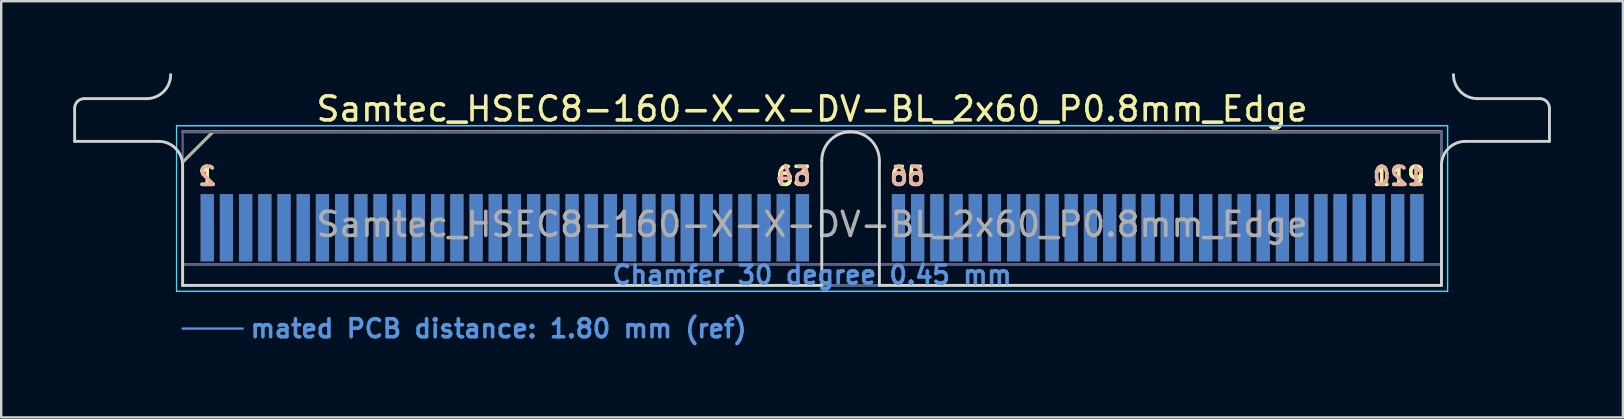
<source format=kicad_pcb>
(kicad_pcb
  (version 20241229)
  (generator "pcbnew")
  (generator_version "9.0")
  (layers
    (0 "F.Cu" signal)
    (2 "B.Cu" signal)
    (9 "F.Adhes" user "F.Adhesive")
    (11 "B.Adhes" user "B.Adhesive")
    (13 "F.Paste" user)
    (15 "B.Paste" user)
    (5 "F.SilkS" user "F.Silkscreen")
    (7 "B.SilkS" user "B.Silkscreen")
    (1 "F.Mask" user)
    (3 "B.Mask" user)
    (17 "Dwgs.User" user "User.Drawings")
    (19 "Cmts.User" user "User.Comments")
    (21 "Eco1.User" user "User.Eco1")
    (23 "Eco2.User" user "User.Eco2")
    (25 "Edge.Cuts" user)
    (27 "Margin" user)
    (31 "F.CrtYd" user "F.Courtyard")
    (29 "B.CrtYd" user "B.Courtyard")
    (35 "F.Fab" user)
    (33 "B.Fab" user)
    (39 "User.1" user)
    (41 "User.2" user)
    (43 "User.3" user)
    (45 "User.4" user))
  (footprint "Samtec_HSEC8-160-X-X-DV-BL_2x60_P0.8mm_Edge"
    (layer "F.Cu")
    (at 30.785 8.84)
    (property "Reference" "Samtec_HSEC8-160-X-X-DV-BL_2x60_P0.8mm_Edge" (at 0 -7.35 0) (layer "F.SilkS") (effects (font (size 1 1) (thickness 0.15))))
    (attr exclude_from_pos_files exclude_from_bom)
    (fp_line (start -26.225 -5.13) (end -24.955 -6.4) (stroke (width 0.12) (type solid)) (layer "F.SilkS"))
    (fp_line (start -24.955 -6.4) (end 26.225 -6.4) (stroke (width 0.12) (type solid)) (layer "F.SilkS"))
    (fp_line (start -26.225 -6.4) (end -26.225 -6.4) (stroke (width 0.12) (type solid)) (layer "B.SilkS"))
    (fp_line (start -26.225 -6.4) (end 26.225 -6.4) (stroke (width 0.12) (type solid)) (layer "B.SilkS"))
    (fp_line (start -26.225 1.8) (end -23.725 1.8) (stroke (width 0.1) (type solid)) (layer "Cmts.User"))
    (fp_line (start -30.725 -6) (end -30.725 -7.38) (stroke (width 0.12) (type solid)) (layer "Edge.Cuts"))
    (fp_line (start -30.325 -7.78) (end -27.725 -7.78) (stroke (width 0.12) (type solid)) (layer "Edge.Cuts"))
    (fp_line (start -27.225 -6) (end -30.725 -6) (stroke (width 0.12) (type solid)) (layer "Edge.Cuts"))
    (fp_line (start -26.225 -5) (end -26.225 0) (stroke (width 0.12) (type solid)) (layer "Edge.Cuts"))
    (fp_line (start -26.225 0) (end 0.405 0) (stroke (width 0.12) (type solid)) (layer "Edge.Cuts"))
    (fp_line (start 0.405 0) (end 0.405 -5.2) (stroke (width 0.12) (type solid)) (layer "Edge.Cuts"))
    (fp_line (start 2.805 -5.2) (end 2.805 0) (stroke (width 0.12) (type solid)) (layer "Edge.Cuts"))
    (fp_line (start 2.805 0) (end 26.225 0) (stroke (width 0.12) (type solid)) (layer "Edge.Cuts"))
    (fp_line (start 26.225 0) (end 26.225 -5) (stroke (width 0.12) (type solid)) (layer "Edge.Cuts"))
    (fp_line (start 27.225 -6) (end 30.725 -6) (stroke (width 0.12) (type solid)) (layer "Edge.Cuts"))
    (fp_line (start 30.325 -7.78) (end 27.725 -7.78) (stroke (width 0.12) (type solid)) (layer "Edge.Cuts"))
    (fp_line (start 30.725 -6) (end 30.725 -7.38) (stroke (width 0.12) (type solid)) (layer "Edge.Cuts"))
    (fp_arc (start -30.725 -7.38) (mid -30.607843 -7.662843) (end -30.325 -7.78) (stroke (width 0.12) (type solid)) (layer "Edge.Cuts"))
    (fp_arc (start -27.225 -6) (mid -26.517893 -5.707107) (end -26.225 -5) (stroke (width 0.12) (type solid)) (layer "Edge.Cuts"))
    (fp_arc (start -26.725 -8.78) (mid -27.017893 -8.072893) (end -27.725 -7.78) (stroke (width 0.12) (type solid)) (layer "Edge.Cuts"))
    (fp_arc (start 0.405 -5.2) (mid 1.605 -6.4) (end 2.805 -5.2) (stroke (width 0.12) (type solid)) (layer "Edge.Cuts"))
    (fp_arc (start 26.225 -5) (mid 26.517893 -5.707107) (end 27.225 -6) (stroke (width 0.12) (type solid)) (layer "Edge.Cuts"))
    (fp_arc (start 27.725 -7.78) (mid 27.017893 -8.072893) (end 26.725 -8.78) (stroke (width 0.12) (type solid)) (layer "Edge.Cuts"))
    (fp_arc (start 30.325 -7.78) (mid 30.607843 -7.662843) (end 30.725 -7.38) (stroke (width 0.12) (type solid)) (layer "Edge.Cuts"))
    (fp_line (start -26.48 -6.65) (end -26.48 0.25) (stroke (width 0.05) (type solid)) (layer "B.CrtYd"))
    (fp_line (start -26.48 0.25) (end 26.48 0.25) (stroke (width 0.05) (type solid)) (layer "B.CrtYd"))
    (fp_line (start 26.48 -6.65) (end -26.48 -6.65) (stroke (width 0.05) (type solid)) (layer "B.CrtYd"))
    (fp_line (start 26.48 0.25) (end 26.48 -6.65) (stroke (width 0.05) (type solid)) (layer "B.CrtYd"))
    (fp_line (start -26.48 -6.65) (end -26.48 0.25) (stroke (width 0.05) (type solid)) (layer "F.CrtYd"))
    (fp_line (start -26.48 0.25) (end 26.48 0.25) (stroke (width 0.05) (type solid)) (layer "F.CrtYd"))
    (fp_line (start 26.48 -6.65) (end -26.48 -6.65) (stroke (width 0.05) (type solid)) (layer "F.CrtYd"))
    (fp_line (start 26.48 0.25) (end 26.48 -6.65) (stroke (width 0.05) (type solid)) (layer "F.CrtYd"))
    (fp_line (start -26.225 -6.4) (end -26.225 -6.4) (stroke (width 0.1) (type solid)) (layer "B.Fab"))
    (fp_line (start -26.225 -6.4) (end -26.225 0) (stroke (width 0.1) (type solid)) (layer "B.Fab"))
    (fp_line (start -26.225 -6.4) (end 26.225 -6.4) (stroke (width 0.1) (type solid)) (layer "B.Fab"))
    (fp_line (start -26.225 -0.88) (end 26.225 -0.88) (stroke (width 0.1) (type solid)) (layer "B.Fab"))
    (fp_line (start -26.225 0) (end 26.225 0) (stroke (width 0.1) (type solid)) (layer "B.Fab"))
    (fp_line (start 26.225 -6.4) (end 26.225 0) (stroke (width 0.1) (type solid)) (layer "B.Fab"))
    (fp_line (start -26.225 -5.13) (end -26.225 0) (stroke (width 0.1) (type solid)) (layer "F.Fab"))
    (fp_line (start -26.225 -5.13) (end -24.955 -6.4) (stroke (width 0.1) (type solid)) (layer "F.Fab"))
    (fp_line (start -26.225 -0.88) (end 26.225 -0.88) (stroke (width 0.1) (type solid)) (layer "F.Fab"))
    (fp_line (start -26.225 0) (end 26.225 0) (stroke (width 0.1) (type solid)) (layer "F.Fab"))
    (fp_line (start -24.955 -6.4) (end 26.225 -6.4) (stroke (width 0.1) (type solid)) (layer "F.Fab"))
    (fp_line (start 26.225 -6.4) (end 26.225 0) (stroke (width 0.1) (type solid)) (layer "F.Fab"))
    (fp_text user "1" (at -25.2 -4.55 0) (layer "F.SilkS") (effects (font (size 0.75 0.75) (thickness 0.15))))
    (fp_text user "65" (at 3.975 -4.55 0) (layer "F.SilkS") (effects (font (size 0.75 0.75) (thickness 0.15))))
    (fp_text user "119" (at 24.45 -4.55 0) (layer "F.SilkS") (effects (font (size 0.75 0.75) (thickness 0.15))))
    (fp_text user "63" (at -0.775 -4.55 0) (layer "F.SilkS") (effects (font (size 0.75 0.75) (thickness 0.15))))
    (fp_text user "64" (at -0.775 -4.55 0) (layer "B.SilkS") (effects (font (size 0.75 0.75) (thickness 0.15)) (justify mirror)))
    (fp_text user "2" (at -25.2 -4.55 0) (layer "B.SilkS") (effects (font (size 0.75 0.75) (thickness 0.15)) (justify mirror)))
    (fp_text user "66" (at 3.975 -4.55 0) (layer "B.SilkS") (effects (font (size 0.75 0.75) (thickness 0.15)) (justify mirror)))
    (fp_text user "120" (at 24.45 -4.55 0) (layer "B.SilkS") (effects (font (size 0.75 0.75) (thickness 0.15)) (justify mirror)))
    (fp_text user "mated PCB distance: 1.80 mm (ref)" (at -23.48 1.8 0) (layer "Cmts.User") (effects (font (size 0.75 0.75) (thickness 0.15)) (justify left)))
    (fp_text user "Chamfer 30 degree 0.45 mm" (at 0 -0.44 0) (layer "Cmts.User") (effects (font (size 0.75 0.75) (thickness 0.15))))
    (fp_text user "${REFERENCE}" (at 0 -2.54 0) (layer "F.Fab") (effects (font (size 1 1) (thickness 0.15))))
    (pad "1" connect rect (at -25.2 -2.4) (size 0.55 2.8) (layers "F.Cu" "F.Mask"))
    (pad "2" connect rect (at -25.2 -2.4) (size 0.55 2.8) (layers "B.Cu" "B.Mask"))
    (pad "3" connect rect (at -24.4 -2.4) (size 0.55 2.8) (layers "F.Cu" "F.Mask"))
    (pad "4" connect rect (at -24.4 -2.4) (size 0.55 2.8) (layers "B.Cu" "B.Mask"))
    (pad "5" connect rect (at -23.6 -2.4) (size 0.55 2.8) (layers "F.Cu" "F.Mask"))
    (pad "6" connect rect (at -23.6 -2.4) (size 0.55 2.8) (layers "B.Cu" "B.Mask"))
    (pad "7" connect rect (at -22.8 -2.4) (size 0.55 2.8) (layers "F.Cu" "F.Mask"))
    (pad "8" connect rect (at -22.8 -2.4) (size 0.55 2.8) (layers "B.Cu" "B.Mask"))
    (pad "9" connect rect (at -22 -2.4) (size 0.55 2.8) (layers "F.Cu" "F.Mask"))
    (pad "10" connect rect (at -22 -2.4) (size 0.55 2.8) (layers "B.Cu" "B.Mask"))
    (pad "11" connect rect (at -21.2 -2.4) (size 0.55 2.8) (layers "F.Cu" "F.Mask"))
    (pad "12" connect rect (at -21.2 -2.4) (size 0.55 2.8) (layers "B.Cu" "B.Mask"))
    (pad "13" connect rect (at -20.4 -2.4) (size 0.55 2.8) (layers "F.Cu" "F.Mask"))
    (pad "14" connect rect (at -20.4 -2.4) (size 0.55 2.8) (layers "B.Cu" "B.Mask"))
    (pad "15" connect rect (at -19.6 -2.4) (size 0.55 2.8) (layers "F.Cu" "F.Mask"))
    (pad "16" connect rect (at -19.6 -2.4) (size 0.55 2.8) (layers "B.Cu" "B.Mask"))
    (pad "17" connect rect (at -18.8 -2.4) (size 0.55 2.8) (layers "F.Cu" "F.Mask"))
    (pad "18" connect rect (at -18.8 -2.4) (size 0.55 2.8) (layers "B.Cu" "B.Mask"))
    (pad "19" connect rect (at -18 -2.4) (size 0.55 2.8) (layers "F.Cu" "F.Mask"))
    (pad "20" connect rect (at -18 -2.4) (size 0.55 2.8) (layers "B.Cu" "B.Mask"))
    (pad "21" connect rect (at -17.2 -2.4) (size 0.55 2.8) (layers "F.Cu" "F.Mask"))
    (pad "22" connect rect (at -17.2 -2.4) (size 0.55 2.8) (layers "B.Cu" "B.Mask"))
    (pad "23" connect rect (at -16.4 -2.4) (size 0.55 2.8) (layers "F.Cu" "F.Mask"))
    (pad "24" connect rect (at -16.4 -2.4) (size 0.55 2.8) (layers "B.Cu" "B.Mask"))
    (pad "25" connect rect (at -15.6 -2.4) (size 0.55 2.8) (layers "F.Cu" "F.Mask"))
    (pad "26" connect rect (at -15.6 -2.4) (size 0.55 2.8) (layers "B.Cu" "B.Mask"))
    (pad "27" connect rect (at -14.8 -2.4) (size 0.55 2.8) (layers "F.Cu" "F.Mask"))
    (pad "28" connect rect (at -14.8 -2.4) (size 0.55 2.8) (layers "B.Cu" "B.Mask"))
    (pad "29" connect rect (at -14 -2.4) (size 0.55 2.8) (layers "F.Cu" "F.Mask"))
    (pad "30" connect rect (at -14 -2.4) (size 0.55 2.8) (layers "B.Cu" "B.Mask"))
    (pad "31" connect rect (at -13.2 -2.4) (size 0.55 2.8) (layers "F.Cu" "F.Mask"))
    (pad "32" connect rect (at -13.2 -2.4) (size 0.55 2.8) (layers "B.Cu" "B.Mask"))
    (pad "33" connect rect (at -12.4 -2.4) (size 0.55 2.8) (layers "F.Cu" "F.Mask"))
    (pad "34" connect rect (at -12.4 -2.4) (size 0.55 2.8) (layers "B.Cu" "B.Mask"))
    (pad "35" connect rect (at -11.6 -2.4) (size 0.55 2.8) (layers "F.Cu" "F.Mask"))
    (pad "36" connect rect (at -11.6 -2.4) (size 0.55 2.8) (layers "B.Cu" "B.Mask"))
    (pad "37" connect rect (at -10.8 -2.4) (size 0.55 2.8) (layers "F.Cu" "F.Mask"))
    (pad "38" connect rect (at -10.8 -2.4) (size 0.55 2.8) (layers "B.Cu" "B.Mask"))
    (pad "39" connect rect (at -10 -2.4) (size 0.55 2.8) (layers "F.Cu" "F.Mask"))
    (pad "40" connect rect (at -10 -2.4) (size 0.55 2.8) (layers "B.Cu" "B.Mask"))
    (pad "41" connect rect (at -9.2 -2.4) (size 0.55 2.8) (layers "F.Cu" "F.Mask"))
    (pad "42" connect rect (at -9.2 -2.4) (size 0.55 2.8) (layers "B.Cu" "B.Mask"))
    (pad "43" connect rect (at -8.4 -2.4) (size 0.55 2.8) (layers "F.Cu" "F.Mask"))
    (pad "44" connect rect (at -8.4 -2.4) (size 0.55 2.8) (layers "B.Cu" "B.Mask"))
    (pad "45" connect rect (at -7.6 -2.4) (size 0.55 2.8) (layers "F.Cu" "F.Mask"))
    (pad "46" connect rect (at -7.6 -2.4) (size 0.55 2.8) (layers "B.Cu" "B.Mask"))
    (pad "47" connect rect (at -6.8 -2.4) (size 0.55 2.8) (layers "F.Cu" "F.Mask"))
    (pad "48" connect rect (at -6.8 -2.4) (size 0.55 2.8) (layers "B.Cu" "B.Mask"))
    (pad "49" connect rect (at -6 -2.4) (size 0.55 2.8) (layers "F.Cu" "F.Mask"))
    (pad "50" connect rect (at -6 -2.4) (size 0.55 2.8) (layers "B.Cu" "B.Mask"))
    (pad "51" connect rect (at -5.2 -2.4) (size 0.55 2.8) (layers "F.Cu" "F.Mask"))
    (pad "52" connect rect (at -5.2 -2.4) (size 0.55 2.8) (layers "B.Cu" "B.Mask"))
    (pad "53" connect rect (at -4.4 -2.4) (size 0.55 2.8) (layers "F.Cu" "F.Mask"))
    (pad "54" connect rect (at -4.4 -2.4) (size 0.55 2.8) (layers "B.Cu" "B.Mask"))
    (pad "55" connect rect (at -3.6 -2.4) (size 0.55 2.8) (layers "F.Cu" "F.Mask"))
    (pad "56" connect rect (at -3.6 -2.4) (size 0.55 2.8) (layers "B.Cu" "B.Mask"))
    (pad "57" connect rect (at -2.8 -2.4) (size 0.55 2.8) (layers "F.Cu" "F.Mask"))
    (pad "58" connect rect (at -2.8 -2.4) (size 0.55 2.8) (layers "B.Cu" "B.Mask"))
    (pad "59" connect rect (at -2 -2.4) (size 0.55 2.8) (layers "F.Cu" "F.Mask"))
    (pad "60" connect rect (at -2 -2.4) (size 0.55 2.8) (layers "B.Cu" "B.Mask"))
    (pad "61" connect rect (at -1.2 -2.4) (size 0.55 2.8) (layers "F.Cu" "F.Mask"))
    (pad "62" connect rect (at -1.2 -2.4) (size 0.55 2.8) (layers "B.Cu" "B.Mask"))
    (pad "63" connect rect (at -0.4 -2.4) (size 0.55 2.8) (layers "F.Cu" "F.Mask"))
    (pad "64" connect rect (at -0.4 -2.4) (size 0.55 2.8) (layers "B.Cu" "B.Mask"))
    (pad "65" connect rect (at 3.6 -2.4) (size 0.55 2.8) (layers "F.Cu" "F.Mask"))
    (pad "66" connect rect (at 3.6 -2.4) (size 0.55 2.8) (layers "B.Cu" "B.Mask"))
    (pad "67" connect rect (at 4.4 -2.4) (size 0.55 2.8) (layers "F.Cu" "F.Mask"))
    (pad "68" connect rect (at 4.4 -2.4) (size 0.55 2.8) (layers "B.Cu" "B.Mask"))
    (pad "69" connect rect (at 5.2 -2.4) (size 0.55 2.8) (layers "F.Cu" "F.Mask"))
    (pad "70" connect rect (at 5.2 -2.4) (size 0.55 2.8) (layers "B.Cu" "B.Mask"))
    (pad "71" connect rect (at 6 -2.4) (size 0.55 2.8) (layers "F.Cu" "F.Mask"))
    (pad "72" connect rect (at 6 -2.4) (size 0.55 2.8) (layers "B.Cu" "B.Mask"))
    (pad "73" connect rect (at 6.8 -2.4) (size 0.55 2.8) (layers "F.Cu" "F.Mask"))
    (pad "74" connect rect (at 6.8 -2.4) (size 0.55 2.8) (layers "B.Cu" "B.Mask"))
    (pad "75" connect rect (at 7.6 -2.4) (size 0.55 2.8) (layers "F.Cu" "F.Mask"))
    (pad "76" connect rect (at 7.6 -2.4) (size 0.55 2.8) (layers "B.Cu" "B.Mask"))
    (pad "77" connect rect (at 8.4 -2.4) (size 0.55 2.8) (layers "F.Cu" "F.Mask"))
    (pad "78" connect rect (at 8.4 -2.4) (size 0.55 2.8) (layers "B.Cu" "B.Mask"))
    (pad "79" connect rect (at 9.2 -2.4) (size 0.55 2.8) (layers "F.Cu" "F.Mask"))
    (pad "80" connect rect (at 9.2 -2.4) (size 0.55 2.8) (layers "B.Cu" "B.Mask"))
    (pad "81" connect rect (at 10 -2.4) (size 0.55 2.8) (layers "F.Cu" "F.Mask"))
    (pad "82" connect rect (at 10 -2.4) (size 0.55 2.8) (layers "B.Cu" "B.Mask"))
    (pad "83" connect rect (at 10.8 -2.4) (size 0.55 2.8) (layers "F.Cu" "F.Mask"))
    (pad "84" connect rect (at 10.8 -2.4) (size 0.55 2.8) (layers "B.Cu" "B.Mask"))
    (pad "85" connect rect (at 11.6 -2.4) (size 0.55 2.8) (layers "F.Cu" "F.Mask"))
    (pad "86" connect rect (at 11.6 -2.4) (size 0.55 2.8) (layers "B.Cu" "B.Mask"))
    (pad "87" connect rect (at 12.4 -2.4) (size 0.55 2.8) (layers "F.Cu" "F.Mask"))
    (pad "88" connect rect (at 12.4 -2.4) (size 0.55 2.8) (layers "B.Cu" "B.Mask"))
    (pad "89" connect rect (at 13.2 -2.4) (size 0.55 2.8) (layers "F.Cu" "F.Mask"))
    (pad "90" connect rect (at 13.2 -2.4) (size 0.55 2.8) (layers "B.Cu" "B.Mask"))
    (pad "91" connect rect (at 14 -2.4) (size 0.55 2.8) (layers "F.Cu" "F.Mask"))
    (pad "92" connect rect (at 14 -2.4) (size 0.55 2.8) (layers "B.Cu" "B.Mask"))
    (pad "93" connect rect (at 14.8 -2.4) (size 0.55 2.8) (layers "F.Cu" "F.Mask"))
    (pad "94" connect rect (at 14.8 -2.4) (size 0.55 2.8) (layers "B.Cu" "B.Mask"))
    (pad "95" connect rect (at 15.6 -2.4) (size 0.55 2.8) (layers "F.Cu" "F.Mask"))
    (pad "96" connect rect (at 15.6 -2.4) (size 0.55 2.8) (layers "B.Cu" "B.Mask"))
    (pad "97" connect rect (at 16.4 -2.4) (size 0.55 2.8) (layers "F.Cu" "F.Mask"))
    (pad "98" connect rect (at 16.4 -2.4) (size 0.55 2.8) (layers "B.Cu" "B.Mask"))
    (pad "99" connect rect (at 17.2 -2.4) (size 0.55 2.8) (layers "F.Cu" "F.Mask"))
    (pad "100" connect rect (at 17.2 -2.4) (size 0.55 2.8) (layers "B.Cu" "B.Mask"))
    (pad "101" connect rect (at 18 -2.4) (size 0.55 2.8) (layers "F.Cu" "F.Mask"))
    (pad "102" connect rect (at 18 -2.4) (size 0.55 2.8) (layers "B.Cu" "B.Mask"))
    (pad "103" connect rect (at 18.8 -2.4) (size 0.55 2.8) (layers "F.Cu" "F.Mask"))
    (pad "104" connect rect (at 18.8 -2.4) (size 0.55 2.8) (layers "B.Cu" "B.Mask"))
    (pad "105" connect rect (at 19.6 -2.4) (size 0.55 2.8) (layers "F.Cu" "F.Mask"))
    (pad "106" connect rect (at 19.6 -2.4) (size 0.55 2.8) (layers "B.Cu" "B.Mask"))
    (pad "107" connect rect (at 20.4 -2.4) (size 0.55 2.8) (layers "F.Cu" "F.Mask"))
    (pad "108" connect rect (at 20.4 -2.4) (size 0.55 2.8) (layers "B.Cu" "B.Mask"))
    (pad "109" connect rect (at 21.2 -2.4) (size 0.55 2.8) (layers "F.Cu" "F.Mask"))
    (pad "110" connect rect (at 21.2 -2.4) (size 0.55 2.8) (layers "B.Cu" "B.Mask"))
    (pad "111" connect rect (at 22 -2.4) (size 0.55 2.8) (layers "F.Cu" "F.Mask"))
    (pad "112" connect rect (at 22 -2.4) (size 0.55 2.8) (layers "B.Cu" "B.Mask"))
    (pad "113" connect rect (at 22.8 -2.4) (size 0.55 2.8) (layers "F.Cu" "F.Mask"))
    (pad "114" connect rect (at 22.8 -2.4) (size 0.55 2.8) (layers "B.Cu" "B.Mask"))
    (pad "115" connect rect (at 23.6 -2.4) (size 0.55 2.8) (layers "F.Cu" "F.Mask"))
    (pad "116" connect rect (at 23.6 -2.4) (size 0.55 2.8) (layers "B.Cu" "B.Mask"))
    (pad "117" connect rect (at 24.4 -2.4) (size 0.55 2.8) (layers "F.Cu" "F.Mask"))
    (pad "118" connect rect (at 24.4 -2.4) (size 0.55 2.8) (layers "B.Cu" "B.Mask"))
    (pad "119" connect rect (at 25.2 -2.4) (size 0.55 2.8) (layers "F.Cu" "F.Mask"))
    (pad "120" connect rect (at 25.2 -2.4) (size 0.55 2.8) (layers "B.Cu" "B.Mask")))
  (gr_rect
    (start -3 -3)
    (end 64.57 14.342)
    (stroke (width 0.1) (type default))
    (fill no)
    (layer "Edge.Cuts")))
</source>
